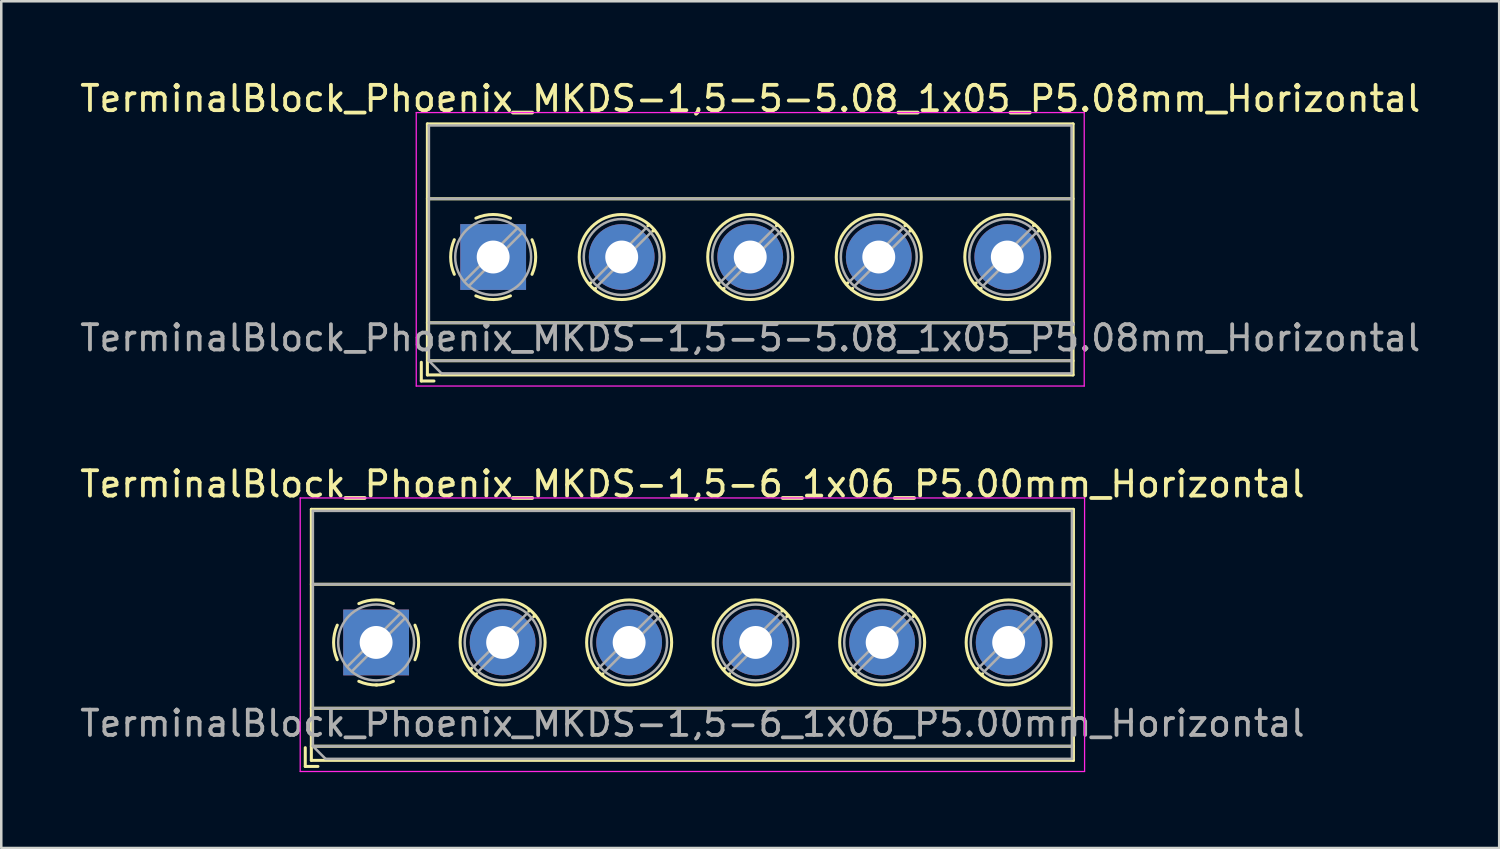
<source format=kicad_pcb>
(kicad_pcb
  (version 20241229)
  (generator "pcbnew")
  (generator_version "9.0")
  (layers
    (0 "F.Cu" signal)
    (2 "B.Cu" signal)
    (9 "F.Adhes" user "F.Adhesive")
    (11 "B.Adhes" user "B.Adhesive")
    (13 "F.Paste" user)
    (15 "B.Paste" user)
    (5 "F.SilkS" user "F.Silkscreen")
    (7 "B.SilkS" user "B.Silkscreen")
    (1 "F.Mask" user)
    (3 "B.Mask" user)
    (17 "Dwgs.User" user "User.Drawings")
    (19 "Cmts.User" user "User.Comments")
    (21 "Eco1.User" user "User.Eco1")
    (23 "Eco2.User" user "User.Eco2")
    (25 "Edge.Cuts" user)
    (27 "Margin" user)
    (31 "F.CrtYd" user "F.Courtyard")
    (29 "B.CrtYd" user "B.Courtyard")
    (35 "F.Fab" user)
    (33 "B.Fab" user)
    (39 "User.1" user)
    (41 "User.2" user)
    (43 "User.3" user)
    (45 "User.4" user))
  (footprint "TerminalBlock_Phoenix_MKDS-1,5-5-5.08_1x05_P5.08mm_Horizontal"
    (layer "F.Cu")
    (at 16.441 7.108)
    (property "Reference" "TerminalBlock_Phoenix_MKDS-1,5-5-5.08_1x05_P5.08mm_Horizontal" (at 10.16 -6.26 0) (layer "F.SilkS") (effects (font (size 1 1) (thickness 0.15))))
    (attr through_hole)
    (fp_line (start -2.84 4.16) (end -2.84 4.9) (stroke (width 0.12) (type solid)) (layer "F.SilkS"))
    (fp_line (start -2.84 4.9) (end -2.34 4.9) (stroke (width 0.12) (type solid)) (layer "F.SilkS"))
    (fp_line (start -2.6 -5.261) (end -2.6 4.66) (stroke (width 0.12) (type solid)) (layer "F.SilkS"))
    (fp_line (start -2.6 -5.261) (end 22.92 -5.261) (stroke (width 0.12) (type solid)) (layer "F.SilkS"))
    (fp_line (start -2.6 -2.301) (end 22.92 -2.301) (stroke (width 0.12) (type solid)) (layer "F.SilkS"))
    (fp_line (start -2.6 2.6) (end 22.92 2.6) (stroke (width 0.12) (type solid)) (layer "F.SilkS"))
    (fp_line (start -2.6 4.1) (end 22.92 4.1) (stroke (width 0.12) (type solid)) (layer "F.SilkS"))
    (fp_line (start -2.6 4.66) (end 22.92 4.66) (stroke (width 0.12) (type solid)) (layer "F.SilkS"))
    (fp_line (start 3.853 1.023) (end 3.806 1.069) (stroke (width 0.12) (type solid)) (layer "F.SilkS"))
    (fp_line (start 4.046 1.239) (end 4.011 1.274) (stroke (width 0.12) (type solid)) (layer "F.SilkS"))
    (fp_line (start 6.15 -1.275) (end 6.115 -1.239) (stroke (width 0.12) (type solid)) (layer "F.SilkS"))
    (fp_line (start 6.355 -1.069) (end 6.308 -1.023) (stroke (width 0.12) (type solid)) (layer "F.SilkS"))
    (fp_line (start 8.933 1.023) (end 8.886 1.069) (stroke (width 0.12) (type solid)) (layer "F.SilkS"))
    (fp_line (start 9.126 1.239) (end 9.091 1.274) (stroke (width 0.12) (type solid)) (layer "F.SilkS"))
    (fp_line (start 11.23 -1.275) (end 11.195 -1.239) (stroke (width 0.12) (type solid)) (layer "F.SilkS"))
    (fp_line (start 11.435 -1.069) (end 11.388 -1.023) (stroke (width 0.12) (type solid)) (layer "F.SilkS"))
    (fp_line (start 14.013 1.023) (end 13.966 1.069) (stroke (width 0.12) (type solid)) (layer "F.SilkS"))
    (fp_line (start 14.206 1.239) (end 14.171 1.274) (stroke (width 0.12) (type solid)) (layer "F.SilkS"))
    (fp_line (start 16.31 -1.275) (end 16.275 -1.239) (stroke (width 0.12) (type solid)) (layer "F.SilkS"))
    (fp_line (start 16.515 -1.069) (end 16.468 -1.023) (stroke (width 0.12) (type solid)) (layer "F.SilkS"))
    (fp_line (start 19.093 1.023) (end 19.046 1.069) (stroke (width 0.12) (type solid)) (layer "F.SilkS"))
    (fp_line (start 19.286 1.239) (end 19.251 1.274) (stroke (width 0.12) (type solid)) (layer "F.SilkS"))
    (fp_line (start 21.39 -1.275) (end 21.355 -1.239) (stroke (width 0.12) (type solid)) (layer "F.SilkS"))
    (fp_line (start 21.595 -1.069) (end 21.548 -1.023) (stroke (width 0.12) (type solid)) (layer "F.SilkS"))
    (fp_line (start 22.92 -5.261) (end 22.92 4.66) (stroke (width 0.12) (type solid)) (layer "F.SilkS"))
    (fp_arc (start -1.535427 0.683042) (mid -1.680501 -0.000524) (end -1.535 -0.684) (stroke (width 0.12) (type solid)) (layer "F.SilkS"))
    (fp_arc (start -0.683042 -1.535427) (mid 0.000524 -1.680501) (end 0.684 -1.535) (stroke (width 0.12) (type solid)) (layer "F.SilkS"))
    (fp_arc (start 0.028805 1.680253) (mid -0.335551 1.646659) (end -0.684 1.535) (stroke (width 0.12) (type solid)) (layer "F.SilkS"))
    (fp_arc (start 0.683318 1.534756) (mid 0.349292 1.643288) (end 0 1.68) (stroke (width 0.12) (type solid)) (layer "F.SilkS"))
    (fp_arc (start 1.535427 -0.683042) (mid 1.680501 0.000524) (end 1.535 0.684) (stroke (width 0.12) (type solid)) (layer "F.SilkS"))
    (fp_circle (center 5.08 0) (end 6.76 0) (stroke (width 0.12) (type solid)) (fill no) (layer "F.SilkS"))
    (fp_circle (center 10.16 0) (end 11.84 0) (stroke (width 0.12) (type solid)) (fill no) (layer "F.SilkS"))
    (fp_circle (center 15.24 0) (end 16.92 0) (stroke (width 0.12) (type solid)) (fill no) (layer "F.SilkS"))
    (fp_circle (center 20.32 0) (end 22 0) (stroke (width 0.12) (type solid)) (fill no) (layer "F.SilkS"))
    (fp_line (start -3.04 -5.71) (end -3.04 5.1) (stroke (width 0.05) (type solid)) (layer "F.CrtYd"))
    (fp_line (start -3.04 5.1) (end 23.36 5.1) (stroke (width 0.05) (type solid)) (layer "F.CrtYd"))
    (fp_line (start 23.36 -5.71) (end -3.04 -5.71) (stroke (width 0.05) (type solid)) (layer "F.CrtYd"))
    (fp_line (start 23.36 5.1) (end 23.36 -5.71) (stroke (width 0.05) (type solid)) (layer "F.CrtYd"))
    (fp_line (start -2.54 -5.2) (end 22.86 -5.2) (stroke (width 0.1) (type solid)) (layer "F.Fab"))
    (fp_line (start -2.54 -2.3) (end 22.86 -2.3) (stroke (width 0.1) (type solid)) (layer "F.Fab"))
    (fp_line (start -2.54 2.6) (end 22.86 2.6) (stroke (width 0.1) (type solid)) (layer "F.Fab"))
    (fp_line (start -2.54 4.1) (end -2.54 -5.2) (stroke (width 0.1) (type solid)) (layer "F.Fab"))
    (fp_line (start -2.54 4.1) (end 22.86 4.1) (stroke (width 0.1) (type solid)) (layer "F.Fab"))
    (fp_line (start -2.04 4.6) (end -2.54 4.1) (stroke (width 0.1) (type solid)) (layer "F.Fab"))
    (fp_line (start 0.955 -1.138) (end -1.138 0.955) (stroke (width 0.1) (type solid)) (layer "F.Fab"))
    (fp_line (start 1.138 -0.955) (end -0.955 1.138) (stroke (width 0.1) (type solid)) (layer "F.Fab"))
    (fp_line (start 6.035 -1.138) (end 3.943 0.955) (stroke (width 0.1) (type solid)) (layer "F.Fab"))
    (fp_line (start 6.218 -0.955) (end 4.126 1.138) (stroke (width 0.1) (type solid)) (layer "F.Fab"))
    (fp_line (start 11.115 -1.138) (end 9.023 0.955) (stroke (width 0.1) (type solid)) (layer "F.Fab"))
    (fp_line (start 11.298 -0.955) (end 9.206 1.138) (stroke (width 0.1) (type solid)) (layer "F.Fab"))
    (fp_line (start 16.195 -1.138) (end 14.103 0.955) (stroke (width 0.1) (type solid)) (layer "F.Fab"))
    (fp_line (start 16.378 -0.955) (end 14.286 1.138) (stroke (width 0.1) (type solid)) (layer "F.Fab"))
    (fp_line (start 21.275 -1.138) (end 19.183 0.955) (stroke (width 0.1) (type solid)) (layer "F.Fab"))
    (fp_line (start 21.458 -0.955) (end 19.366 1.138) (stroke (width 0.1) (type solid)) (layer "F.Fab"))
    (fp_line (start 22.86 -5.2) (end 22.86 4.6) (stroke (width 0.1) (type solid)) (layer "F.Fab"))
    (fp_line (start 22.86 4.6) (end -2.04 4.6) (stroke (width 0.1) (type solid)) (layer "F.Fab"))
    (fp_circle (center 0 0) (end 1.5 0) (stroke (width 0.1) (type solid)) (fill no) (layer "F.Fab"))
    (fp_circle (center 5.08 0) (end 6.58 0) (stroke (width 0.1) (type solid)) (fill no) (layer "F.Fab"))
    (fp_circle (center 10.16 0) (end 11.66 0) (stroke (width 0.1) (type solid)) (fill no) (layer "F.Fab"))
    (fp_circle (center 15.24 0) (end 16.74 0) (stroke (width 0.1) (type solid)) (fill no) (layer "F.Fab"))
    (fp_circle (center 20.32 0) (end 21.82 0) (stroke (width 0.1) (type solid)) (fill no) (layer "F.Fab"))
    (fp_text user "${REFERENCE}" (at 10.16 3.2 0) (layer "F.Fab") (effects (font (size 1 1) (thickness 0.15))))
    (pad "1" thru_hole rect (at 0 0) (size 2.6 2.6) (drill 1.3) (layers "*.Cu" "*.Mask"))
    (pad "2" thru_hole circle (at 5.08 0) (size 2.6 2.6) (drill 1.3) (layers "*.Cu" "*.Mask"))
    (pad "3" thru_hole circle (at 10.16 0) (size 2.6 2.6) (drill 1.3) (layers "*.Cu" "*.Mask"))
    (pad "4" thru_hole circle (at 15.24 0) (size 2.6 2.6) (drill 1.3) (layers "*.Cu" "*.Mask"))
    (pad "5" thru_hole circle (at 20.32 0) (size 2.6 2.6) (drill 1.3) (layers "*.Cu" "*.Mask")))
  (footprint "TerminalBlock_Phoenix_MKDS-1,5-6_1x06_P5.00mm_Horizontal"
    (layer "F.Cu")
    (at 11.815 22.341)
    (property "Reference" "TerminalBlock_Phoenix_MKDS-1,5-6_1x06_P5.00mm_Horizontal" (at 12.5 -6.26 0) (layer "F.SilkS") (effects (font (size 1 1) (thickness 0.15))))
    (attr through_hole)
    (fp_line (start -2.8 4.16) (end -2.8 4.9) (stroke (width 0.12) (type solid)) (layer "F.SilkS"))
    (fp_line (start -2.8 4.9) (end -2.3 4.9) (stroke (width 0.12) (type solid)) (layer "F.SilkS"))
    (fp_line (start -2.56 -5.261) (end -2.56 4.66) (stroke (width 0.12) (type solid)) (layer "F.SilkS"))
    (fp_line (start -2.56 -5.261) (end 27.56 -5.261) (stroke (width 0.12) (type solid)) (layer "F.SilkS"))
    (fp_line (start -2.56 -2.301) (end 27.56 -2.301) (stroke (width 0.12) (type solid)) (layer "F.SilkS"))
    (fp_line (start -2.56 2.6) (end 27.56 2.6) (stroke (width 0.12) (type solid)) (layer "F.SilkS"))
    (fp_line (start -2.56 4.1) (end 27.56 4.1) (stroke (width 0.12) (type solid)) (layer "F.SilkS"))
    (fp_line (start -2.56 4.66) (end 27.56 4.66) (stroke (width 0.12) (type solid)) (layer "F.SilkS"))
    (fp_line (start 3.773 1.023) (end 3.726 1.069) (stroke (width 0.12) (type solid)) (layer "F.SilkS"))
    (fp_line (start 3.966 1.239) (end 3.931 1.274) (stroke (width 0.12) (type solid)) (layer "F.SilkS"))
    (fp_line (start 6.07 -1.275) (end 6.035 -1.239) (stroke (width 0.12) (type solid)) (layer "F.SilkS"))
    (fp_line (start 6.275 -1.069) (end 6.228 -1.023) (stroke (width 0.12) (type solid)) (layer "F.SilkS"))
    (fp_line (start 8.773 1.023) (end 8.726 1.069) (stroke (width 0.12) (type solid)) (layer "F.SilkS"))
    (fp_line (start 8.966 1.239) (end 8.931 1.274) (stroke (width 0.12) (type solid)) (layer "F.SilkS"))
    (fp_line (start 11.07 -1.275) (end 11.035 -1.239) (stroke (width 0.12) (type solid)) (layer "F.SilkS"))
    (fp_line (start 11.275 -1.069) (end 11.228 -1.023) (stroke (width 0.12) (type solid)) (layer "F.SilkS"))
    (fp_line (start 13.773 1.023) (end 13.726 1.069) (stroke (width 0.12) (type solid)) (layer "F.SilkS"))
    (fp_line (start 13.966 1.239) (end 13.931 1.274) (stroke (width 0.12) (type solid)) (layer "F.SilkS"))
    (fp_line (start 16.07 -1.275) (end 16.035 -1.239) (stroke (width 0.12) (type solid)) (layer "F.SilkS"))
    (fp_line (start 16.275 -1.069) (end 16.228 -1.023) (stroke (width 0.12) (type solid)) (layer "F.SilkS"))
    (fp_line (start 18.773 1.023) (end 18.726 1.069) (stroke (width 0.12) (type solid)) (layer "F.SilkS"))
    (fp_line (start 18.966 1.239) (end 18.931 1.274) (stroke (width 0.12) (type solid)) (layer "F.SilkS"))
    (fp_line (start 21.07 -1.275) (end 21.035 -1.239) (stroke (width 0.12) (type solid)) (layer "F.SilkS"))
    (fp_line (start 21.275 -1.069) (end 21.228 -1.023) (stroke (width 0.12) (type solid)) (layer "F.SilkS"))
    (fp_line (start 23.773 1.023) (end 23.726 1.069) (stroke (width 0.12) (type solid)) (layer "F.SilkS"))
    (fp_line (start 23.966 1.239) (end 23.931 1.274) (stroke (width 0.12) (type solid)) (layer "F.SilkS"))
    (fp_line (start 26.07 -1.275) (end 26.035 -1.239) (stroke (width 0.12) (type solid)) (layer "F.SilkS"))
    (fp_line (start 26.275 -1.069) (end 26.228 -1.023) (stroke (width 0.12) (type solid)) (layer "F.SilkS"))
    (fp_line (start 27.56 -5.261) (end 27.56 4.66) (stroke (width 0.12) (type solid)) (layer "F.SilkS"))
    (fp_arc (start -1.535427 0.683042) (mid -1.680501 -0.000524) (end -1.535 -0.684) (stroke (width 0.12) (type solid)) (layer "F.SilkS"))
    (fp_arc (start -0.683042 -1.535427) (mid 0.000524 -1.680501) (end 0.684 -1.535) (stroke (width 0.12) (type solid)) (layer "F.SilkS"))
    (fp_arc (start 0.028805 1.680253) (mid -0.335551 1.646659) (end -0.684 1.535) (stroke (width 0.12) (type solid)) (layer "F.SilkS"))
    (fp_arc (start 0.683318 1.534756) (mid 0.349292 1.643288) (end 0 1.68) (stroke (width 0.12) (type solid)) (layer "F.SilkS"))
    (fp_arc (start 1.535427 -0.683042) (mid 1.680501 0.000524) (end 1.535 0.684) (stroke (width 0.12) (type solid)) (layer "F.SilkS"))
    (fp_circle (center 5 0) (end 6.68 0) (stroke (width 0.12) (type solid)) (fill no) (layer "F.SilkS"))
    (fp_circle (center 10 0) (end 11.68 0) (stroke (width 0.12) (type solid)) (fill no) (layer "F.SilkS"))
    (fp_circle (center 15 0) (end 16.68 0) (stroke (width 0.12) (type solid)) (fill no) (layer "F.SilkS"))
    (fp_circle (center 20 0) (end 21.68 0) (stroke (width 0.12) (type solid)) (fill no) (layer "F.SilkS"))
    (fp_circle (center 25 0) (end 26.68 0) (stroke (width 0.12) (type solid)) (fill no) (layer "F.SilkS"))
    (fp_line (start -3 -5.71) (end -3 5.1) (stroke (width 0.05) (type solid)) (layer "F.CrtYd"))
    (fp_line (start -3 5.1) (end 28 5.1) (stroke (width 0.05) (type solid)) (layer "F.CrtYd"))
    (fp_line (start 28 -5.71) (end -3 -5.71) (stroke (width 0.05) (type solid)) (layer "F.CrtYd"))
    (fp_line (start 28 5.1) (end 28 -5.71) (stroke (width 0.05) (type solid)) (layer "F.CrtYd"))
    (fp_line (start -2.5 -5.2) (end 27.5 -5.2) (stroke (width 0.1) (type solid)) (layer "F.Fab"))
    (fp_line (start -2.5 -2.3) (end 27.5 -2.3) (stroke (width 0.1) (type solid)) (layer "F.Fab"))
    (fp_line (start -2.5 2.6) (end 27.5 2.6) (stroke (width 0.1) (type solid)) (layer "F.Fab"))
    (fp_line (start -2.5 4.1) (end -2.5 -5.2) (stroke (width 0.1) (type solid)) (layer "F.Fab"))
    (fp_line (start -2.5 4.1) (end 27.5 4.1) (stroke (width 0.1) (type solid)) (layer "F.Fab"))
    (fp_line (start -2 4.6) (end -2.5 4.1) (stroke (width 0.1) (type solid)) (layer "F.Fab"))
    (fp_line (start 0.955 -1.138) (end -1.138 0.955) (stroke (width 0.1) (type solid)) (layer "F.Fab"))
    (fp_line (start 1.138 -0.955) (end -0.955 1.138) (stroke (width 0.1) (type solid)) (layer "F.Fab"))
    (fp_line (start 5.955 -1.138) (end 3.863 0.955) (stroke (width 0.1) (type solid)) (layer "F.Fab"))
    (fp_line (start 6.138 -0.955) (end 4.046 1.138) (stroke (width 0.1) (type solid)) (layer "F.Fab"))
    (fp_line (start 10.955 -1.138) (end 8.863 0.955) (stroke (width 0.1) (type solid)) (layer "F.Fab"))
    (fp_line (start 11.138 -0.955) (end 9.046 1.138) (stroke (width 0.1) (type solid)) (layer "F.Fab"))
    (fp_line (start 15.955 -1.138) (end 13.863 0.955) (stroke (width 0.1) (type solid)) (layer "F.Fab"))
    (fp_line (start 16.138 -0.955) (end 14.046 1.138) (stroke (width 0.1) (type solid)) (layer "F.Fab"))
    (fp_line (start 20.955 -1.138) (end 18.863 0.955) (stroke (width 0.1) (type solid)) (layer "F.Fab"))
    (fp_line (start 21.138 -0.955) (end 19.046 1.138) (stroke (width 0.1) (type solid)) (layer "F.Fab"))
    (fp_line (start 25.955 -1.138) (end 23.863 0.955) (stroke (width 0.1) (type solid)) (layer "F.Fab"))
    (fp_line (start 26.138 -0.955) (end 24.046 1.138) (stroke (width 0.1) (type solid)) (layer "F.Fab"))
    (fp_line (start 27.5 -5.2) (end 27.5 4.6) (stroke (width 0.1) (type solid)) (layer "F.Fab"))
    (fp_line (start 27.5 4.6) (end -2 4.6) (stroke (width 0.1) (type solid)) (layer "F.Fab"))
    (fp_circle (center 0 0) (end 1.5 0) (stroke (width 0.1) (type solid)) (fill no) (layer "F.Fab"))
    (fp_circle (center 5 0) (end 6.5 0) (stroke (width 0.1) (type solid)) (fill no) (layer "F.Fab"))
    (fp_circle (center 10 0) (end 11.5 0) (stroke (width 0.1) (type solid)) (fill no) (layer "F.Fab"))
    (fp_circle (center 15 0) (end 16.5 0) (stroke (width 0.1) (type solid)) (fill no) (layer "F.Fab"))
    (fp_circle (center 20 0) (end 21.5 0) (stroke (width 0.1) (type solid)) (fill no) (layer "F.Fab"))
    (fp_circle (center 25 0) (end 26.5 0) (stroke (width 0.1) (type solid)) (fill no) (layer "F.Fab"))
    (fp_text user "${REFERENCE}" (at 12.5 3.2 0) (layer "F.Fab") (effects (font (size 1 1) (thickness 0.15))))
    (pad "1" thru_hole rect (at 0 0) (size 2.6 2.6) (drill 1.3) (layers "*.Cu" "*.Mask"))
    (pad "2" thru_hole circle (at 5 0) (size 2.6 2.6) (drill 1.3) (layers "*.Cu" "*.Mask"))
    (pad "3" thru_hole circle (at 10 0) (size 2.6 2.6) (drill 1.3) (layers "*.Cu" "*.Mask"))
    (pad "4" thru_hole circle (at 15 0) (size 2.6 2.6) (drill 1.3) (layers "*.Cu" "*.Mask"))
    (pad "5" thru_hole circle (at 20 0) (size 2.6 2.6) (drill 1.3) (layers "*.Cu" "*.Mask"))
    (pad "6" thru_hole circle (at 25 0) (size 2.6 2.6) (drill 1.3) (layers "*.Cu" "*.Mask")))
  (gr_rect
    (start -3 -3)
    (end 56.202 30.466)
    (stroke (width 0.1) (type default))
    (fill no)
    (layer "Edge.Cuts")))
</source>
